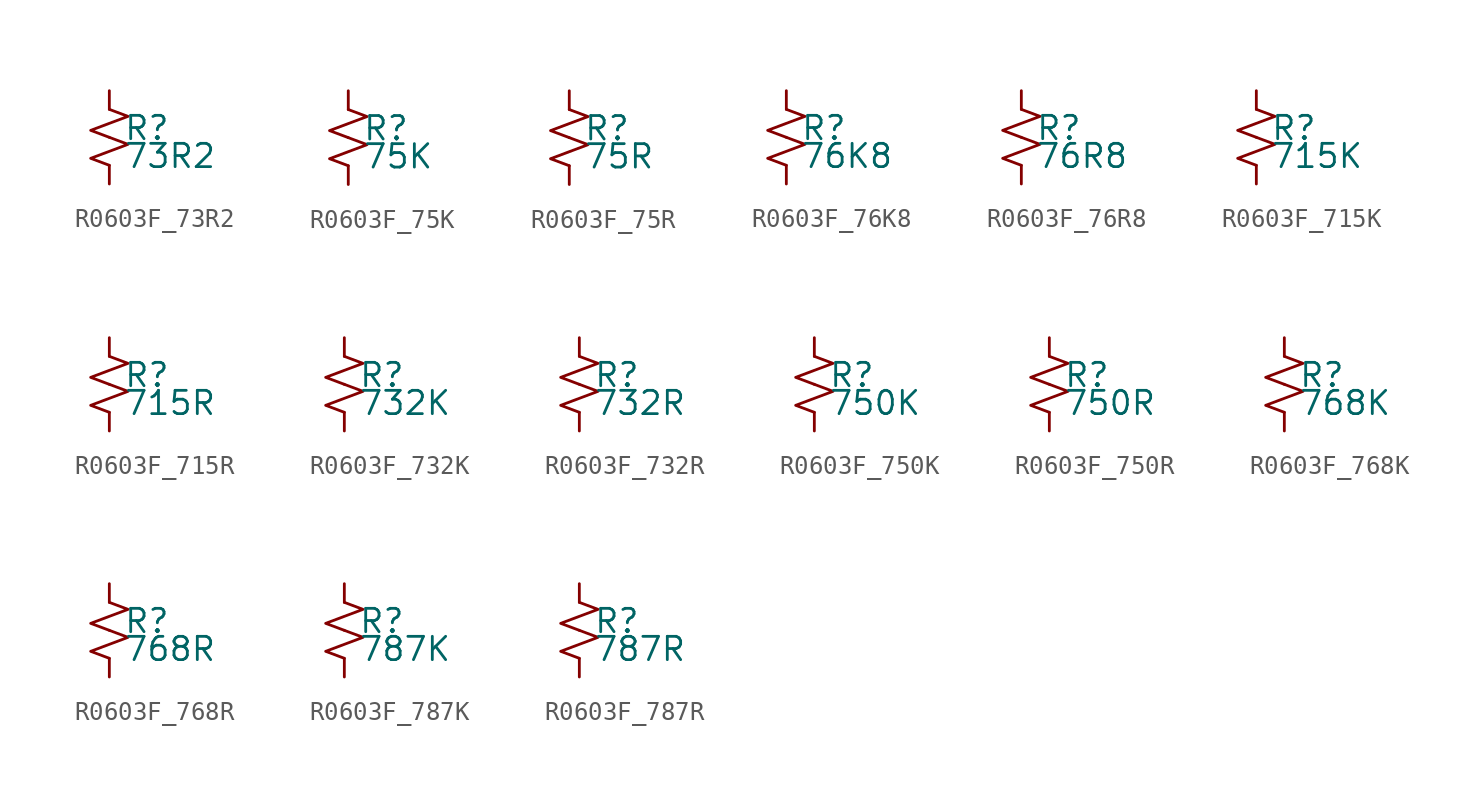
<source format=kicad_sym>
(kicad_symbol_lib
  (version 20220914)
  (generator kicad_symbol_editor)
  (symbol "R0603F_73R2"
    (pin_numbers hide)
    (pin_names
      (offset 0.254) hide)
    (property "Reference" "R"
      (at 0.762 0.508 0)
      (effects (font (size 1.27 1.27)) (justify left)))
    (property "Value" "73R2"
      (at 0.762 -1.016 0)
      (effects (font (size 1.27 1.27)) (justify left)))
    (symbol "R0603F_73R2_1_1"
      (polyline (pts (xy 0 0) (xy 1.016 -0.381) (xy 0 -0.762) (xy -1.016 -1.143) (xy 0 -1.524)) (stroke (width 0) (type default)) (fill (type none)))
      (polyline (pts (xy 0 1.524) (xy 1.016 1.143) (xy 0 0.762) (xy -1.016 0.381) (xy 0 0)) (stroke (width 0) (type default)) (fill (type none)))
      (pin passive line (at 0 2.54 270) (length 1.016) (name "~" (effects (font (size 1.27 1.27)))) (number "1" (effects (font (size 1.27 1.27)))))
      (pin passive line (at 0 -2.54 90) (length 1.016) (name "~" (effects (font (size 1.27 1.27)))) (number "2" (effects (font (size 1.27 1.27)))))))
  (symbol "R0603F_75K"
    (pin_numbers hide)
    (pin_names
      (offset 0.254) hide)
    (property "Reference" "R"
      (at 0.762 0.508 0)
      (effects (font (size 1.27 1.27)) (justify left)))
    (property "Value" "75K"
      (at 0.762 -1.016 0)
      (effects (font (size 1.27 1.27)) (justify left)))
    (symbol "R0603F_75K_1_1"
      (polyline (pts (xy 0 0) (xy 1.016 -0.381) (xy 0 -0.762) (xy -1.016 -1.143) (xy 0 -1.524)) (stroke (width 0) (type default)) (fill (type none)))
      (polyline (pts (xy 0 1.524) (xy 1.016 1.143) (xy 0 0.762) (xy -1.016 0.381) (xy 0 0)) (stroke (width 0) (type default)) (fill (type none)))
      (pin passive line (at 0 2.54 270) (length 1.016) (name "~" (effects (font (size 1.27 1.27)))) (number "1" (effects (font (size 1.27 1.27)))))
      (pin passive line (at 0 -2.54 90) (length 1.016) (name "~" (effects (font (size 1.27 1.27)))) (number "2" (effects (font (size 1.27 1.27)))))))
  (symbol "R0603F_75R"
    (pin_numbers hide)
    (pin_names
      (offset 0.254) hide)
    (property "Reference" "R"
      (at 0.762 0.508 0)
      (effects (font (size 1.27 1.27)) (justify left)))
    (property "Value" "75R"
      (at 0.762 -1.016 0)
      (effects (font (size 1.27 1.27)) (justify left)))
    (symbol "R0603F_75R_1_1"
      (polyline (pts (xy 0 0) (xy 1.016 -0.381) (xy 0 -0.762) (xy -1.016 -1.143) (xy 0 -1.524)) (stroke (width 0) (type default)) (fill (type none)))
      (polyline (pts (xy 0 1.524) (xy 1.016 1.143) (xy 0 0.762) (xy -1.016 0.381) (xy 0 0)) (stroke (width 0) (type default)) (fill (type none)))
      (pin passive line (at 0 2.54 270) (length 1.016) (name "~" (effects (font (size 1.27 1.27)))) (number "1" (effects (font (size 1.27 1.27)))))
      (pin passive line (at 0 -2.54 90) (length 1.016) (name "~" (effects (font (size 1.27 1.27)))) (number "2" (effects (font (size 1.27 1.27)))))))
  (symbol "R0603F_76K8"
    (pin_numbers hide)
    (pin_names
      (offset 0.254) hide)
    (property "Reference" "R"
      (at 0.762 0.508 0)
      (effects (font (size 1.27 1.27)) (justify left)))
    (property "Value" "76K8"
      (at 0.762 -1.016 0)
      (effects (font (size 1.27 1.27)) (justify left)))
    (symbol "R0603F_76K8_1_1"
      (polyline (pts (xy 0 0) (xy 1.016 -0.381) (xy 0 -0.762) (xy -1.016 -1.143) (xy 0 -1.524)) (stroke (width 0) (type default)) (fill (type none)))
      (polyline (pts (xy 0 1.524) (xy 1.016 1.143) (xy 0 0.762) (xy -1.016 0.381) (xy 0 0)) (stroke (width 0) (type default)) (fill (type none)))
      (pin passive line (at 0 2.54 270) (length 1.016) (name "~" (effects (font (size 1.27 1.27)))) (number "1" (effects (font (size 1.27 1.27)))))
      (pin passive line (at 0 -2.54 90) (length 1.016) (name "~" (effects (font (size 1.27 1.27)))) (number "2" (effects (font (size 1.27 1.27)))))))
  (symbol "R0603F_76R8"
    (pin_numbers hide)
    (pin_names
      (offset 0.254) hide)
    (property "Reference" "R"
      (at 0.762 0.508 0)
      (effects (font (size 1.27 1.27)) (justify left)))
    (property "Value" "76R8"
      (at 0.762 -1.016 0)
      (effects (font (size 1.27 1.27)) (justify left)))
    (symbol "R0603F_76R8_1_1"
      (polyline (pts (xy 0 0) (xy 1.016 -0.381) (xy 0 -0.762) (xy -1.016 -1.143) (xy 0 -1.524)) (stroke (width 0) (type default)) (fill (type none)))
      (polyline (pts (xy 0 1.524) (xy 1.016 1.143) (xy 0 0.762) (xy -1.016 0.381) (xy 0 0)) (stroke (width 0) (type default)) (fill (type none)))
      (pin passive line (at 0 2.54 270) (length 1.016) (name "~" (effects (font (size 1.27 1.27)))) (number "1" (effects (font (size 1.27 1.27)))))
      (pin passive line (at 0 -2.54 90) (length 1.016) (name "~" (effects (font (size 1.27 1.27)))) (number "2" (effects (font (size 1.27 1.27)))))))
  (symbol "R0603F_715K"
    (pin_numbers hide)
    (pin_names
      (offset 0.254) hide)
    (property "Reference" "R"
      (at 0.762 0.508 0)
      (effects (font (size 1.27 1.27)) (justify left)))
    (property "Value" "715K"
      (at 0.762 -1.016 0)
      (effects (font (size 1.27 1.27)) (justify left)))
    (symbol "R0603F_715K_1_1"
      (polyline (pts (xy 0 0) (xy 1.016 -0.381) (xy 0 -0.762) (xy -1.016 -1.143) (xy 0 -1.524)) (stroke (width 0) (type default)) (fill (type none)))
      (polyline (pts (xy 0 1.524) (xy 1.016 1.143) (xy 0 0.762) (xy -1.016 0.381) (xy 0 0)) (stroke (width 0) (type default)) (fill (type none)))
      (pin passive line (at 0 2.54 270) (length 1.016) (name "~" (effects (font (size 1.27 1.27)))) (number "1" (effects (font (size 1.27 1.27)))))
      (pin passive line (at 0 -2.54 90) (length 1.016) (name "~" (effects (font (size 1.27 1.27)))) (number "2" (effects (font (size 1.27 1.27)))))))
  (symbol "R0603F_715R"
    (pin_numbers hide)
    (pin_names
      (offset 0.254) hide)
    (property "Reference" "R"
      (at 0.762 0.508 0)
      (effects (font (size 1.27 1.27)) (justify left)))
    (property "Value" "715R"
      (at 0.762 -1.016 0)
      (effects (font (size 1.27 1.27)) (justify left)))
    (symbol "R0603F_715R_1_1"
      (polyline (pts (xy 0 0) (xy 1.016 -0.381) (xy 0 -0.762) (xy -1.016 -1.143) (xy 0 -1.524)) (stroke (width 0) (type default)) (fill (type none)))
      (polyline (pts (xy 0 1.524) (xy 1.016 1.143) (xy 0 0.762) (xy -1.016 0.381) (xy 0 0)) (stroke (width 0) (type default)) (fill (type none)))
      (pin passive line (at 0 2.54 270) (length 1.016) (name "~" (effects (font (size 1.27 1.27)))) (number "1" (effects (font (size 1.27 1.27)))))
      (pin passive line (at 0 -2.54 90) (length 1.016) (name "~" (effects (font (size 1.27 1.27)))) (number "2" (effects (font (size 1.27 1.27)))))))
  (symbol "R0603F_732K"
    (pin_numbers hide)
    (pin_names
      (offset 0.254) hide)
    (property "Reference" "R"
      (at 0.762 0.508 0)
      (effects (font (size 1.27 1.27)) (justify left)))
    (property "Value" "732K"
      (at 0.762 -1.016 0)
      (effects (font (size 1.27 1.27)) (justify left)))
    (symbol "R0603F_732K_1_1"
      (polyline (pts (xy 0 0) (xy 1.016 -0.381) (xy 0 -0.762) (xy -1.016 -1.143) (xy 0 -1.524)) (stroke (width 0) (type default)) (fill (type none)))
      (polyline (pts (xy 0 1.524) (xy 1.016 1.143) (xy 0 0.762) (xy -1.016 0.381) (xy 0 0)) (stroke (width 0) (type default)) (fill (type none)))
      (pin passive line (at 0 2.54 270) (length 1.016) (name "~" (effects (font (size 1.27 1.27)))) (number "1" (effects (font (size 1.27 1.27)))))
      (pin passive line (at 0 -2.54 90) (length 1.016) (name "~" (effects (font (size 1.27 1.27)))) (number "2" (effects (font (size 1.27 1.27)))))))
  (symbol "R0603F_732R"
    (pin_numbers hide)
    (pin_names
      (offset 0.254) hide)
    (property "Reference" "R"
      (at 0.762 0.508 0)
      (effects (font (size 1.27 1.27)) (justify left)))
    (property "Value" "732R"
      (at 0.762 -1.016 0)
      (effects (font (size 1.27 1.27)) (justify left)))
    (symbol "R0603F_732R_1_1"
      (polyline (pts (xy 0 0) (xy 1.016 -0.381) (xy 0 -0.762) (xy -1.016 -1.143) (xy 0 -1.524)) (stroke (width 0) (type default)) (fill (type none)))
      (polyline (pts (xy 0 1.524) (xy 1.016 1.143) (xy 0 0.762) (xy -1.016 0.381) (xy 0 0)) (stroke (width 0) (type default)) (fill (type none)))
      (pin passive line (at 0 2.54 270) (length 1.016) (name "~" (effects (font (size 1.27 1.27)))) (number "1" (effects (font (size 1.27 1.27)))))
      (pin passive line (at 0 -2.54 90) (length 1.016) (name "~" (effects (font (size 1.27 1.27)))) (number "2" (effects (font (size 1.27 1.27)))))))
  (symbol "R0603F_750K"
    (pin_numbers hide)
    (pin_names
      (offset 0.254) hide)
    (property "Reference" "R"
      (at 0.762 0.508 0)
      (effects (font (size 1.27 1.27)) (justify left)))
    (property "Value" "750K"
      (at 0.762 -1.016 0)
      (effects (font (size 1.27 1.27)) (justify left)))
    (symbol "R0603F_750K_1_1"
      (polyline (pts (xy 0 0) (xy 1.016 -0.381) (xy 0 -0.762) (xy -1.016 -1.143) (xy 0 -1.524)) (stroke (width 0) (type default)) (fill (type none)))
      (polyline (pts (xy 0 1.524) (xy 1.016 1.143) (xy 0 0.762) (xy -1.016 0.381) (xy 0 0)) (stroke (width 0) (type default)) (fill (type none)))
      (pin passive line (at 0 2.54 270) (length 1.016) (name "~" (effects (font (size 1.27 1.27)))) (number "1" (effects (font (size 1.27 1.27)))))
      (pin passive line (at 0 -2.54 90) (length 1.016) (name "~" (effects (font (size 1.27 1.27)))) (number "2" (effects (font (size 1.27 1.27)))))))
  (symbol "R0603F_750R"
    (pin_numbers hide)
    (pin_names
      (offset 0.254) hide)
    (property "Reference" "R"
      (at 0.762 0.508 0)
      (effects (font (size 1.27 1.27)) (justify left)))
    (property "Value" "750R"
      (at 0.762 -1.016 0)
      (effects (font (size 1.27 1.27)) (justify left)))
    (symbol "R0603F_750R_1_1"
      (polyline (pts (xy 0 0) (xy 1.016 -0.381) (xy 0 -0.762) (xy -1.016 -1.143) (xy 0 -1.524)) (stroke (width 0) (type default)) (fill (type none)))
      (polyline (pts (xy 0 1.524) (xy 1.016 1.143) (xy 0 0.762) (xy -1.016 0.381) (xy 0 0)) (stroke (width 0) (type default)) (fill (type none)))
      (pin passive line (at 0 2.54 270) (length 1.016) (name "~" (effects (font (size 1.27 1.27)))) (number "1" (effects (font (size 1.27 1.27)))))
      (pin passive line (at 0 -2.54 90) (length 1.016) (name "~" (effects (font (size 1.27 1.27)))) (number "2" (effects (font (size 1.27 1.27)))))))
  (symbol "R0603F_768K"
    (pin_numbers hide)
    (pin_names
      (offset 0.254) hide)
    (property "Reference" "R"
      (at 0.762 0.508 0)
      (effects (font (size 1.27 1.27)) (justify left)))
    (property "Value" "768K"
      (at 0.762 -1.016 0)
      (effects (font (size 1.27 1.27)) (justify left)))
    (symbol "R0603F_768K_1_1"
      (polyline (pts (xy 0 0) (xy 1.016 -0.381) (xy 0 -0.762) (xy -1.016 -1.143) (xy 0 -1.524)) (stroke (width 0) (type default)) (fill (type none)))
      (polyline (pts (xy 0 1.524) (xy 1.016 1.143) (xy 0 0.762) (xy -1.016 0.381) (xy 0 0)) (stroke (width 0) (type default)) (fill (type none)))
      (pin passive line (at 0 2.54 270) (length 1.016) (name "~" (effects (font (size 1.27 1.27)))) (number "1" (effects (font (size 1.27 1.27)))))
      (pin passive line (at 0 -2.54 90) (length 1.016) (name "~" (effects (font (size 1.27 1.27)))) (number "2" (effects (font (size 1.27 1.27)))))))
  (symbol "R0603F_768R"
    (pin_numbers hide)
    (pin_names
      (offset 0.254) hide)
    (property "Reference" "R"
      (at 0.762 0.508 0)
      (effects (font (size 1.27 1.27)) (justify left)))
    (property "Value" "768R"
      (at 0.762 -1.016 0)
      (effects (font (size 1.27 1.27)) (justify left)))
    (symbol "R0603F_768R_1_1"
      (polyline (pts (xy 0 0) (xy 1.016 -0.381) (xy 0 -0.762) (xy -1.016 -1.143) (xy 0 -1.524)) (stroke (width 0) (type default)) (fill (type none)))
      (polyline (pts (xy 0 1.524) (xy 1.016 1.143) (xy 0 0.762) (xy -1.016 0.381) (xy 0 0)) (stroke (width 0) (type default)) (fill (type none)))
      (pin passive line (at 0 2.54 270) (length 1.016) (name "~" (effects (font (size 1.27 1.27)))) (number "1" (effects (font (size 1.27 1.27)))))
      (pin passive line (at 0 -2.54 90) (length 1.016) (name "~" (effects (font (size 1.27 1.27)))) (number "2" (effects (font (size 1.27 1.27)))))))
  (symbol "R0603F_787K"
    (pin_numbers hide)
    (pin_names
      (offset 0.254) hide)
    (property "Reference" "R"
      (at 0.762 0.508 0)
      (effects (font (size 1.27 1.27)) (justify left)))
    (property "Value" "787K"
      (at 0.762 -1.016 0)
      (effects (font (size 1.27 1.27)) (justify left)))
    (symbol "R0603F_787K_1_1"
      (polyline (pts (xy 0 0) (xy 1.016 -0.381) (xy 0 -0.762) (xy -1.016 -1.143) (xy 0 -1.524)) (stroke (width 0) (type default)) (fill (type none)))
      (polyline (pts (xy 0 1.524) (xy 1.016 1.143) (xy 0 0.762) (xy -1.016 0.381) (xy 0 0)) (stroke (width 0) (type default)) (fill (type none)))
      (pin passive line (at 0 2.54 270) (length 1.016) (name "~" (effects (font (size 1.27 1.27)))) (number "1" (effects (font (size 1.27 1.27)))))
      (pin passive line (at 0 -2.54 90) (length 1.016) (name "~" (effects (font (size 1.27 1.27)))) (number "2" (effects (font (size 1.27 1.27)))))))
  (symbol "R0603F_787R"
    (pin_numbers hide)
    (pin_names
      (offset 0.254) hide)
    (property "Reference" "R"
      (at 0.762 0.508 0)
      (effects (font (size 1.27 1.27)) (justify left)))
    (property "Value" "787R"
      (at 0.762 -1.016 0)
      (effects (font (size 1.27 1.27)) (justify left)))
    (symbol "R0603F_787R_1_1"
      (polyline (pts (xy 0 0) (xy 1.016 -0.381) (xy 0 -0.762) (xy -1.016 -1.143) (xy 0 -1.524)) (stroke (width 0) (type default)) (fill (type none)))
      (polyline (pts (xy 0 1.524) (xy 1.016 1.143) (xy 0 0.762) (xy -1.016 0.381) (xy 0 0)) (stroke (width 0) (type default)) (fill (type none)))
      (pin passive line (at 0 2.54 270) (length 1.016) (name "~" (effects (font (size 1.27 1.27)))) (number "1" (effects (font (size 1.27 1.27)))))
      (pin passive line (at 0 -2.54 90) (length 1.016) (name "~" (effects (font (size 1.27 1.27)))) (number "2" (effects (font (size 1.27 1.27))))))))
</source>
